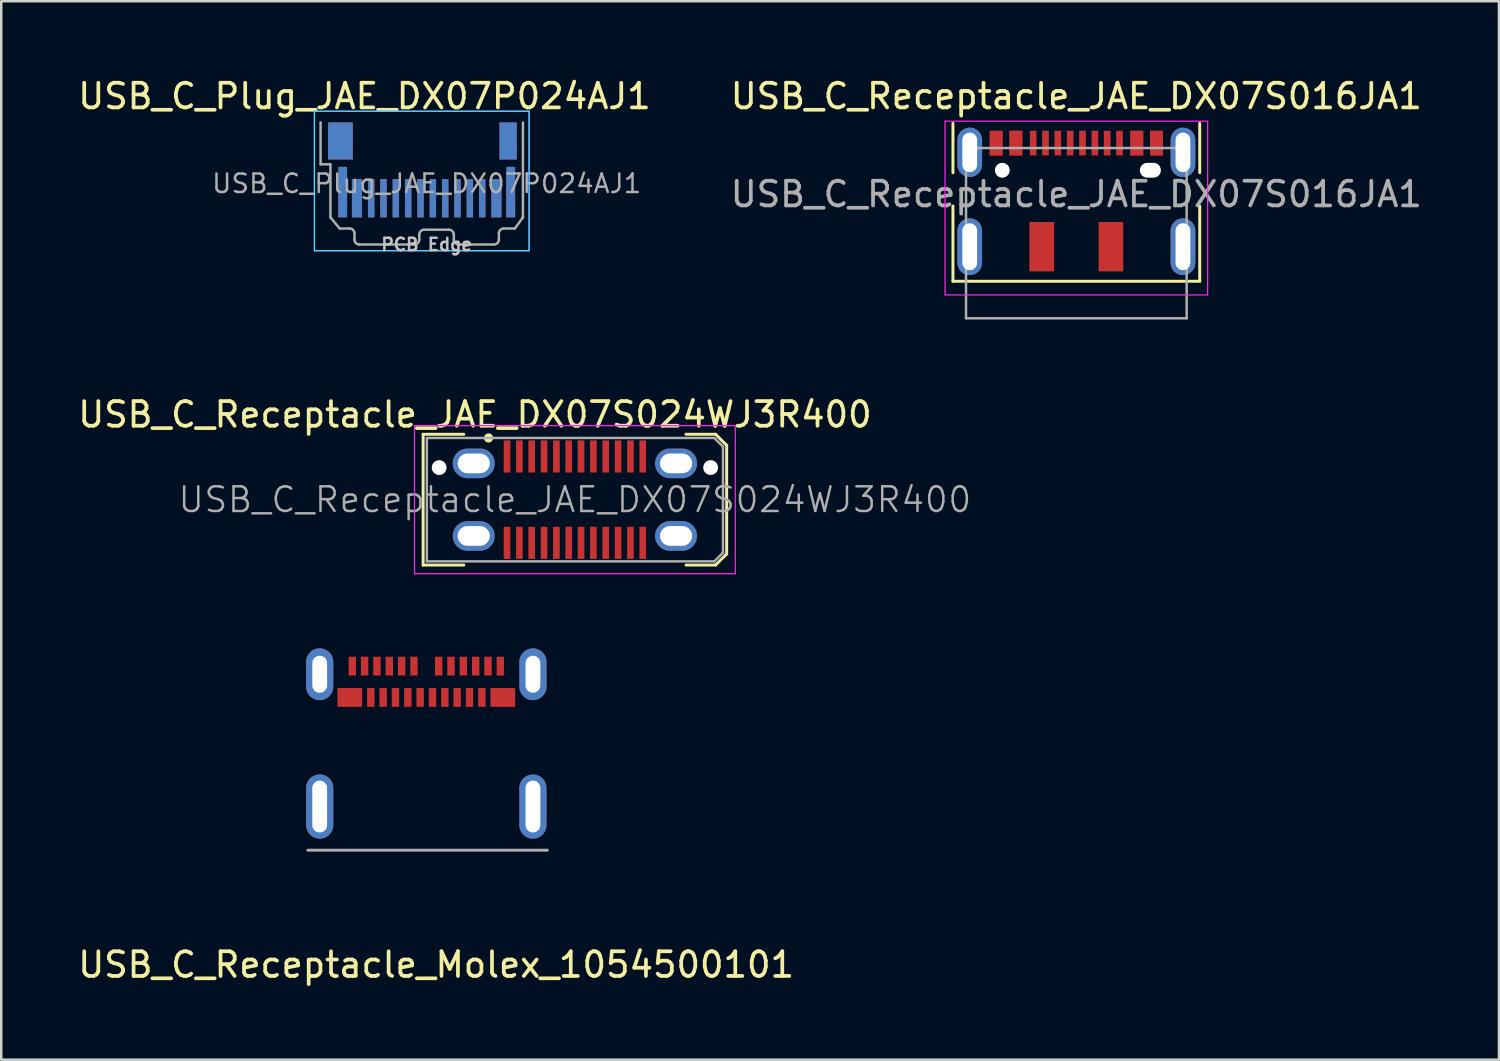
<source format=kicad_pcb>
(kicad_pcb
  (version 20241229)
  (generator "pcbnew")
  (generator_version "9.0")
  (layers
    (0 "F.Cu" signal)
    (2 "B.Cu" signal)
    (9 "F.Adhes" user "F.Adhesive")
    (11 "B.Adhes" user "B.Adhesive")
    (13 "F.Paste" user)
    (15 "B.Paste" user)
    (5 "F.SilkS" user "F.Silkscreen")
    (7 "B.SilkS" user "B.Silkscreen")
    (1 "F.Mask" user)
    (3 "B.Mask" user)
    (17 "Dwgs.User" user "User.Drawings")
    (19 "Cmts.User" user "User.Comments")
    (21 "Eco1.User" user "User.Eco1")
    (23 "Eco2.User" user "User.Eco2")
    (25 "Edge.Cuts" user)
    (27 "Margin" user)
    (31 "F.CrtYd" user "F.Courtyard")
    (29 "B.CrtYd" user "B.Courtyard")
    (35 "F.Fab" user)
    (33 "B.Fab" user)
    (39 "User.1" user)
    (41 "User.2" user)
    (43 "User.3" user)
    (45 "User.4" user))
  (footprint "USB_C_Plug_JAE_DX07P024AJ1"
    (layer "F.Cu")
    (at 14.24 4.388)
    (property "Reference" "USB_C_Plug_JAE_DX07P024AJ1" (at -2.52 -3.54 0) (layer "F.SilkS") (effects (font (size 1 1) (thickness 0.15))))
    (attr smd)
    (fp_line (start -4.55 -2.93) (end 4.15 -2.93) (stroke (width 0.05) (type solid)) (layer "B.CrtYd"))
    (fp_line (start -4.55 2.72) (end -4.55 -2.93) (stroke (width 0.05) (type solid)) (layer "B.CrtYd"))
    (fp_line (start 4.15 -2.93) (end 4.15 2.72) (stroke (width 0.05) (type solid)) (layer "B.CrtYd"))
    (fp_line (start 4.15 2.72) (end -4.55 2.72) (stroke (width 0.05) (type solid)) (layer "B.CrtYd"))
    (fp_line (start -4.55 -2.93) (end 4.15 -2.93) (stroke (width 0.05) (type solid)) (layer "F.CrtYd"))
    (fp_line (start -4.55 2.72) (end -4.55 -2.93) (stroke (width 0.05) (type solid)) (layer "F.CrtYd"))
    (fp_line (start 4.15 -2.93) (end 4.15 2.72) (stroke (width 0.05) (type solid)) (layer "F.CrtYd"))
    (fp_line (start 4.15 2.72) (end -4.55 2.72) (stroke (width 0.05) (type solid)) (layer "F.CrtYd"))
    (fp_line (start -4.3 -2.48) (end -4.3 -0.78) (stroke (width 0.1) (type solid)) (layer "F.Fab"))
    (fp_line (start -3.9 -0.78) (end -4.3 -0.78) (stroke (width 0.1) (type solid)) (layer "F.Fab"))
    (fp_line (start -3.9 1.37) (end -3.9 -0.78) (stroke (width 0.1) (type solid)) (layer "F.Fab"))
    (fp_line (start -3.53 1.82) (end -3.9 1.37) (stroke (width 0.1) (type solid)) (layer "F.Fab"))
    (fp_line (start -3.15 1.82) (end -3.525 1.82) (stroke (width 0.1) (type solid)) (layer "F.Fab"))
    (fp_line (start -2.925 2.27) (end -2.925 2.02) (stroke (width 0.1) (type solid)) (layer "F.Fab"))
    (fp_line (start -0.5 2.47) (end -2.725 2.47) (stroke (width 0.1) (type solid)) (layer "F.Fab"))
    (fp_line (start -0.3 2.07) (end -0.3 2.27) (stroke (width 0.1) (type solid)) (layer "F.Fab"))
    (fp_line (start -0.1 1.87) (end 0.9 1.87) (stroke (width 0.1) (type solid)) (layer "F.Fab"))
    (fp_line (start 1.1 2.27) (end 1.1 2.07) (stroke (width 0.1) (type solid)) (layer "F.Fab"))
    (fp_line (start 1.3 2.47) (end 2.725 2.47) (stroke (width 0.1) (type solid)) (layer "F.Fab"))
    (fp_line (start 2.925 2.27) (end 2.925 2.02) (stroke (width 0.1) (type solid)) (layer "F.Fab"))
    (fp_line (start 3.125 1.82) (end 3.575 1.82) (stroke (width 0.1) (type solid)) (layer "F.Fab"))
    (fp_line (start 3.575 1.82) (end 3.9 1.37) (stroke (width 0.1) (type solid)) (layer "F.Fab"))
    (fp_line (start 3.9 1.37) (end 3.9 -2.47) (stroke (width 0.1) (type solid)) (layer "F.Fab"))
    (fp_line (start 3.9 1.37) (end 3.9 1.345) (stroke (width 0.1) (type solid)) (layer "F.Fab"))
    (fp_arc (start -3.125 1.82) (mid -2.983579 1.878579) (end -2.925 2.02) (stroke (width 0.1) (type solid)) (layer "F.Fab"))
    (fp_arc (start -2.725 2.47) (mid -2.866421 2.411421) (end -2.925 2.27) (stroke (width 0.1) (type solid)) (layer "F.Fab"))
    (fp_arc (start -0.3 2.07) (mid -0.241421 1.928579) (end -0.1 1.87) (stroke (width 0.1) (type solid)) (layer "F.Fab"))
    (fp_arc (start -0.3 2.27) (mid -0.358579 2.411421) (end -0.5 2.47) (stroke (width 0.1) (type solid)) (layer "F.Fab"))
    (fp_arc (start 0.9 1.87) (mid 1.041421 1.928579) (end 1.1 2.07) (stroke (width 0.1) (type solid)) (layer "F.Fab"))
    (fp_arc (start 1.3 2.47) (mid 1.158579 2.411421) (end 1.1 2.27) (stroke (width 0.1) (type solid)) (layer "F.Fab"))
    (fp_arc (start 2.925 2.02) (mid 2.983579 1.878579) (end 3.125 1.82) (stroke (width 0.1) (type solid)) (layer "F.Fab"))
    (fp_arc (start 2.925 2.27) (mid 2.866421 2.411421) (end 2.725 2.47) (stroke (width 0.1) (type solid)) (layer "F.Fab"))
    (fp_text user "PCB Edge" (at 0 2.47 0) (layer "Dwgs.User") (effects (font (size 0.5 0.5) (thickness 0.1))))
    (fp_text user "${REFERENCE}" (at 0 0 0) (layer "F.Fab") (effects (font (size 0.75 0.75) (thickness 0.1))))
    (pad "" smd rect (at -3.405 0.495) (size 0.36 1.75) (layers "F.Cu" "F.Mask" "F.Paste"))
    (pad "" smd rect (at 3.405 0.495) (size 0.36 1.75) (layers "F.Cu" "F.Mask" "F.Paste"))
    (pad "A1" smd rect (at 2.825 0.595) (size 0.41 1.55) (layers "F.Cu" "F.Mask" "F.Paste"))
    (pad "A2" smd rect (at 2.25 0.595) (size 0.26 1.55) (layers "F.Cu" "F.Mask" "F.Paste"))
    (pad "A3" smd rect (at 1.75 0.595) (size 0.26 1.55) (layers "F.Cu" "F.Mask" "F.Paste"))
    (pad "A4" smd rect (at 1.25 0.595) (size 0.26 1.55) (layers "F.Cu" "F.Mask" "F.Paste"))
    (pad "A5" smd rect (at 0.75 0.595) (size 0.26 1.55) (layers "F.Cu" "F.Mask" "F.Paste"))
    (pad "A6" smd rect (at 0.25 0.595 180) (size 0.26 1.55) (layers "F.Cu" "F.Mask" "F.Paste"))
    (pad "A7" smd rect (at -0.25 0.595) (size 0.26 1.55) (layers "F.Cu" "F.Mask" "F.Paste"))
    (pad "A8" smd rect (at -0.75 0.595) (size 0.26 1.55) (layers "F.Cu" "F.Mask" "F.Paste"))
    (pad "A9" smd rect (at -1.25 0.595) (size 0.26 1.55) (layers "F.Cu" "F.Mask" "F.Paste"))
    (pad "A10" smd rect (at -1.75 0.595) (size 0.26 1.55) (layers "F.Cu" "F.Mask" "F.Paste"))
    (pad "A11" smd rect (at -2.25 0.595) (size 0.26 1.55) (layers "F.Cu" "F.Mask" "F.Paste"))
    (pad "A12" smd rect (at -2.825 0.595) (size 0.41 1.55) (layers "F.Cu" "F.Mask" "F.Paste"))
    (pad "B1" smd rect (at -2.825 0.595) (size 0.41 1.55) (layers "B.Cu" "B.Mask" "B.Paste"))
    (pad "B2" smd rect (at -2.25 0.595) (size 0.26 1.55) (layers "B.Cu" "B.Mask" "B.Paste"))
    (pad "B3" smd rect (at -1.75 0.595) (size 0.26 1.55) (layers "B.Cu" "B.Mask" "B.Paste"))
    (pad "B4" smd rect (at -1.25 0.595) (size 0.26 1.55) (layers "B.Cu" "B.Mask" "B.Paste"))
    (pad "B5" smd rect (at -0.75 0.595) (size 0.26 1.55) (layers "B.Cu" "B.Mask" "B.Paste"))
    (pad "B6" smd rect (at -0.25 0.595 180) (size 0.26 1.55) (layers "B.Cu" "B.Mask" "B.Paste"))
    (pad "B7" smd rect (at 0.25 0.595) (size 0.26 1.55) (layers "B.Cu" "B.Mask" "B.Paste"))
    (pad "B8" smd rect (at 0.75 0.595) (size 0.26 1.55) (layers "B.Cu" "B.Mask" "B.Paste"))
    (pad "B9" smd rect (at 1.25 0.595) (size 0.26 1.55) (layers "B.Cu" "B.Mask" "B.Paste"))
    (pad "B10" smd rect (at 1.75 0.595) (size 0.26 1.55) (layers "B.Cu" "B.Mask" "B.Paste"))
    (pad "B11" smd rect (at 2.25 0.595) (size 0.26 1.55) (layers "B.Cu" "B.Mask" "B.Paste"))
    (pad "B12" smd rect (at 2.825 0.595) (size 0.41 1.55) (layers "B.Cu" "B.Mask" "B.Paste"))
    (pad "S1" smd rect (at -3.495 -1.725) (size 1 1.5) (layers "F.Cu" "F.Mask" "F.Paste"))
    (pad "S1" smd rect (at -3.495 -1.725) (size 1 1.5) (layers "B.Cu" "B.Mask" "B.Paste"))
    (pad "S1" smd rect (at -3.405 0.345) (size 0.36 2.05) (layers "B.Cu" "B.Mask" "B.Paste"))
    (pad "S1" smd rect (at 3.3 -1.725) (size 0.7 1.5) (layers "F.Cu" "F.Mask" "F.Paste"))
    (pad "S1" smd rect (at 3.3 -1.725) (size 0.7 1.5) (layers "B.Cu" "B.Mask" "B.Paste"))
    (pad "S1" smd rect (at 3.405 0.345) (size 0.36 2.05) (layers "B.Cu" "B.Mask" "B.Paste")))
  (footprint "USB_C_Receptacle_JAE_DX07S016JA1"
    (layer "F.Cu")
    (at 40.565 5.111)
    (property "Reference" "USB_C_Receptacle_JAE_DX07S016JA1" (at 0 -4.263 0) (layer "F.SilkS") (effects (font (size 1 1) (thickness 0.15))))
    (attr smd)
    (fp_line (start -5 -3.163) (end -5 -1.163) (stroke (width 0.12) (type solid)) (layer "F.SilkS"))
    (fp_line (start -5 0.188) (end -5 3.237) (stroke (width 0.12) (type solid)) (layer "F.SilkS"))
    (fp_line (start -5 3.237) (end 5 3.237) (stroke (width 0.12) (type solid)) (layer "F.SilkS"))
    (fp_line (start 5 -3.163) (end 5 -1.163) (stroke (width 0.12) (type solid)) (layer "F.SilkS"))
    (fp_line (start 5 0.188) (end 5 3.237) (stroke (width 0.12) (type solid)) (layer "F.SilkS"))
    (fp_line (start -5.32 -3.25) (end -5.32 3.79) (stroke (width 0.05) (type solid)) (layer "F.CrtYd"))
    (fp_line (start -5.32 -3.25) (end 5.32 -3.25) (stroke (width 0.05) (type solid)) (layer "F.CrtYd"))
    (fp_line (start -5.32 3.79) (end 5.32 3.79) (stroke (width 0.05) (type solid)) (layer "F.CrtYd"))
    (fp_line (start 5.32 -3.25) (end 5.32 3.79) (stroke (width 0.05) (type solid)) (layer "F.CrtYd"))
    (fp_line (start -4.47 -2.163) (end -4.47 4.737) (stroke (width 0.1) (type solid)) (layer "F.Fab"))
    (fp_line (start -4.47 -2.163) (end 4.47 -2.163) (stroke (width 0.1) (type solid)) (layer "F.Fab"))
    (fp_line (start -4.47 4.737) (end 4.47 4.737) (stroke (width 0.1) (type solid)) (layer "F.Fab"))
    (fp_line (start 4.47 -2.163) (end 4.47 4.737) (stroke (width 0.1) (type solid)) (layer "F.Fab"))
    (fp_text user "${REFERENCE}" (at 0 -0.292 0) (layer "F.Fab") (effects (font (size 1 1) (thickness 0.15))))
    (pad "" np_thru_hole circle (at -3 -1.262) (size 0.6 0.6) (drill 0.6) (layers "*.Cu" "*.Mask"))
    (pad "" np_thru_hole oval (at 3 -1.262) (size 0.85 0.6) (drill oval 0.85 0.6) (layers "*.Cu" "*.Mask"))
    (pad "A1" smd rect (at -3.25 -2.362) (size 0.52 1) (layers "F.Cu" "F.Mask" "F.Paste"))
    (pad "A4" smd rect (at -2.45 -2.362) (size 0.52 1) (layers "F.Cu" "F.Mask" "F.Paste"))
    (pad "A5" smd rect (at -1.75 -2.362) (size 0.27 1) (layers "F.Cu" "F.Mask" "F.Paste"))
    (pad "A6" smd rect (at -0.25 -2.362) (size 0.27 1) (layers "F.Cu" "F.Mask" "F.Paste"))
    (pad "A7" smd rect (at 0.75 -2.362) (size 0.27 1) (layers "F.Cu" "F.Mask" "F.Paste"))
    (pad "A8" smd rect (at 1.75 -2.362) (size 0.27 1) (layers "F.Cu" "F.Mask" "F.Paste"))
    (pad "A9" smd rect (at 2.45 -2.362) (size 0.52 1) (layers "F.Cu" "F.Mask" "F.Paste"))
    (pad "A12" smd rect (at 3.25 -2.362) (size 0.52 1) (layers "F.Cu" "F.Mask" "F.Paste"))
    (pad "B1" smd rect (at 3.25 -2.362) (size 0.52 1) (layers "F.Cu" "F.Mask" "F.Paste"))
    (pad "B4" smd rect (at 2.45 -2.362) (size 0.52 1) (layers "F.Cu" "F.Mask" "F.Paste"))
    (pad "B5" smd rect (at 1.25 -2.362) (size 0.27 1) (layers "F.Cu" "F.Mask" "F.Paste"))
    (pad "B6" smd rect (at 0.25 -2.362) (size 0.27 1) (layers "F.Cu" "F.Mask" "F.Paste"))
    (pad "B7" smd rect (at -0.75 -2.362) (size 0.27 1) (layers "F.Cu" "F.Mask" "F.Paste"))
    (pad "B8" smd rect (at -1.25 -2.362) (size 0.27 1) (layers "F.Cu" "F.Mask" "F.Paste"))
    (pad "B9" smd rect (at -2.45 -2.362) (size 0.52 1) (layers "F.Cu" "F.Mask" "F.Paste"))
    (pad "B12" smd rect (at -3.25 -2.362) (size 0.52 1) (layers "F.Cu" "F.Mask" "F.Paste"))
    (pad "S1" thru_hole oval (at -4.32 -1.988) (size 1 2) (drill oval 0.6 1.6) (layers "*.Cu" "*.Mask"))
    (pad "S1" thru_hole oval (at -4.32 1.837) (size 1 2.3) (drill oval 0.6 1.9) (layers "*.Cu" "*.Mask"))
    (pad "S1" smd rect (at -1.4 1.837) (size 1 2) (layers "F.Cu" "F.Mask" "F.Paste"))
    (pad "S1" smd rect (at 1.4 1.837) (size 1 2) (layers "F.Cu" "F.Mask" "F.Paste"))
    (pad "S1" thru_hole oval (at 4.32 -1.988) (size 1 2) (drill oval 0.6 1.6) (layers "*.Cu" "*.Mask"))
    (pad "S1" thru_hole oval (at 4.32 1.837) (size 1 2.3) (drill oval 0.6 1.9) (layers "*.Cu" "*.Mask")))
  (footprint "USB_C_Receptacle_JAE_DX07S024WJ3R400"
    (layer "F.Cu")
    (at 20.246 17.197)
    (property "Reference" "USB_C_Receptacle_JAE_DX07S024WJ3R400" (at -4.05 -3.45 0) (layer "F.SilkS") (effects (font (size 1 1) (thickness 0.15))))
    (attr smd)
    (fp_line (start -6.15 -2.65) (end -6.15 2.65) (stroke (width 0.12) (type solid)) (layer "F.SilkS"))
    (fp_line (start -6.15 -2.65) (end -4.5 -2.65) (stroke (width 0.12) (type solid)) (layer "F.SilkS"))
    (fp_line (start -6.15 2.65) (end -4.5 2.65) (stroke (width 0.12) (type solid)) (layer "F.SilkS"))
    (fp_line (start 4.5 -2.65) (end 5.7 -2.65) (stroke (width 0.12) (type solid)) (layer "F.SilkS"))
    (fp_line (start 4.5 2.65) (end 5.7 2.65) (stroke (width 0.12) (type solid)) (layer "F.SilkS"))
    (fp_line (start 5.7 -2.65) (end 6.15 -2.2) (stroke (width 0.12) (type solid)) (layer "F.SilkS"))
    (fp_line (start 5.7 2.65) (end 6.15 2.2) (stroke (width 0.12) (type solid)) (layer "F.SilkS"))
    (fp_line (start 6.15 -2.2) (end 6.15 2.2) (stroke (width 0.12) (type solid)) (layer "F.SilkS"))
    (fp_circle (center -3.5 -2.5) (end -3.388 -2.5) (stroke (width 0.15) (type solid)) (fill no) (layer "F.SilkS"))
    (fp_line (start -6.5 -3) (end 6.5 -3) (stroke (width 0.05) (type solid)) (layer "F.CrtYd"))
    (fp_line (start -6.5 3) (end -6.5 -3) (stroke (width 0.05) (type solid)) (layer "F.CrtYd"))
    (fp_line (start 6.5 -3) (end 6.5 3) (stroke (width 0.05) (type solid)) (layer "F.CrtYd"))
    (fp_line (start 6.5 3) (end -6.5 3) (stroke (width 0.05) (type solid)) (layer "F.CrtYd"))
    (fp_line (start -6 -2.5) (end 5.65 -2.5) (stroke (width 0.1) (type solid)) (layer "F.Fab"))
    (fp_line (start -6 2.5) (end -6 -2.5) (stroke (width 0.1) (type solid)) (layer "F.Fab"))
    (fp_line (start -6 2.5) (end 5.65 2.5) (stroke (width 0.1) (type solid)) (layer "F.Fab"))
    (fp_line (start 5.65 -2.5) (end 6 -2.15) (stroke (width 0.1) (type solid)) (layer "F.Fab"))
    (fp_line (start 5.65 2.5) (end 6 2.15) (stroke (width 0.1) (type solid)) (layer "F.Fab"))
    (fp_line (start 6 2.15) (end 6 -2.15) (stroke (width 0.1) (type solid)) (layer "F.Fab"))
    (fp_text user "${REFERENCE}" (at 0 0 0) (layer "F.Fab") (effects (font (size 1 1) (thickness 0.1))))
    (pad "" np_thru_hole circle (at -5.5 -1.3) (size 0.6 0.6) (drill 0.6) (layers "*.Cu" "*.Mask"))
    (pad "" np_thru_hole circle (at 5.5 -1.3) (size 0.6 0.6) (drill 0.6) (layers "*.Cu" "*.Mask"))
    (pad "A1" smd rect (at -2.75 -1.75) (size 0.27 1.3) (layers "F.Cu" "F.Mask" "F.Paste"))
    (pad "A2" smd rect (at -2.25 -1.75) (size 0.27 1.3) (layers "F.Cu" "F.Mask" "F.Paste"))
    (pad "A3" smd rect (at -1.75 -1.75) (size 0.27 1.3) (layers "F.Cu" "F.Mask" "F.Paste"))
    (pad "A4" smd rect (at -1.25 -1.75) (size 0.27 1.3) (layers "F.Cu" "F.Mask" "F.Paste"))
    (pad "A5" smd rect (at -0.75 -1.75) (size 0.27 1.3) (layers "F.Cu" "F.Mask" "F.Paste"))
    (pad "A6" smd rect (at -0.25 -1.75) (size 0.27 1.3) (layers "F.Cu" "F.Mask" "F.Paste"))
    (pad "A7" smd rect (at 0.25 -1.75) (size 0.27 1.3) (layers "F.Cu" "F.Mask" "F.Paste"))
    (pad "A8" smd rect (at 0.75 -1.75) (size 0.27 1.3) (layers "F.Cu" "F.Mask" "F.Paste"))
    (pad "A9" smd rect (at 1.25 -1.75) (size 0.27 1.3) (layers "F.Cu" "F.Mask" "F.Paste"))
    (pad "A10" smd rect (at 1.75 -1.75) (size 0.27 1.3) (layers "F.Cu" "F.Mask" "F.Paste"))
    (pad "A11" smd rect (at 2.25 -1.75) (size 0.27 1.3) (layers "F.Cu" "F.Mask" "F.Paste"))
    (pad "A12" smd rect (at 2.75 -1.75) (size 0.27 1.3) (layers "F.Cu" "F.Mask" "F.Paste"))
    (pad "B1" smd rect (at 2.75 1.75) (size 0.27 1.3) (layers "F.Cu" "F.Mask" "F.Paste"))
    (pad "B2" smd rect (at 2.25 1.75) (size 0.27 1.3) (layers "F.Cu" "F.Mask" "F.Paste"))
    (pad "B3" smd rect (at 1.75 1.75) (size 0.27 1.3) (layers "F.Cu" "F.Mask" "F.Paste"))
    (pad "B4" smd rect (at 1.25 1.75) (size 0.27 1.3) (layers "F.Cu" "F.Mask" "F.Paste"))
    (pad "B5" smd rect (at 0.75 1.75) (size 0.27 1.3) (layers "F.Cu" "F.Mask" "F.Paste"))
    (pad "B6" smd rect (at 0.25 1.75) (size 0.27 1.3) (layers "F.Cu" "F.Mask" "F.Paste"))
    (pad "B7" smd rect (at -0.25 1.75) (size 0.27 1.3) (layers "F.Cu" "F.Mask" "F.Paste"))
    (pad "B8" smd rect (at -0.75 1.75) (size 0.27 1.3) (layers "F.Cu" "F.Mask" "F.Paste"))
    (pad "B9" smd rect (at -1.25 1.75) (size 0.27 1.3) (layers "F.Cu" "F.Mask" "F.Paste"))
    (pad "B10" smd rect (at -1.75 1.75) (size 0.27 1.3) (layers "F.Cu" "F.Mask" "F.Paste"))
    (pad "B11" smd rect (at -2.25 1.75) (size 0.27 1.3) (layers "F.Cu" "F.Mask" "F.Paste"))
    (pad "B12" smd rect (at -2.75 1.75) (size 0.27 1.3) (layers "F.Cu" "F.Mask" "F.Paste"))
    (pad "S1" thru_hole oval (at -4.1 -1.47 90) (size 1.2 1.7) (drill oval 0.8 1.3) (layers "*.Cu" "*.Mask"))
    (pad "S1" thru_hole oval (at -4.1 1.47 90) (size 1.2 1.7) (drill oval 0.8 1.3) (layers "*.Cu" "*.Mask"))
    (pad "S1" thru_hole oval (at 4.1 -1.47 90) (size 1.2 1.7) (drill oval 0.8 1.3) (layers "*.Cu" "*.Mask"))
    (pad "S1" thru_hole oval (at 4.1 1.47 90) (size 1.2 1.7) (drill oval 0.8 1.3) (layers "*.Cu" "*.Mask")))
  (footprint "USB_C_Receptacle_Molex_1054500101"
    (layer "F.Cu")
    (at 11.225 23.942)
    (property "Reference" "USB_C_Receptacle_Molex_1054500101" (at 3.4 12.1 0) (layer "F.SilkS") (effects (font (size 1 1) (thickness 0.15))))
    (attr smd)
    (fp_line (start -1.8 7.46) (end 7.9 7.46) (stroke (width 0.12) (type solid)) (layer "F.Fab"))
    (pad "10" smd rect (at 5 0) (size 0.3 0.76) (layers "F.Cu" "F.Mask" "F.Paste"))
    (pad "12" smd rect (at 6 0) (size 0.3 0.76) (layers "F.Cu" "F.Mask" "F.Paste"))
    (pad "A1" smd rect (at 0 0) (size 0.3 0.76) (layers "F.Cu" "F.Mask" "F.Paste"))
    (pad "A2" smd rect (at 0.5 0) (size 0.3 0.76) (layers "F.Cu" "F.Mask" "F.Paste"))
    (pad "A3" smd rect (at 1 0) (size 0.3 0.76) (layers "F.Cu" "F.Mask" "F.Paste"))
    (pad "A4" smd rect (at 1.5 0) (size 0.3 0.76) (layers "F.Cu" "F.Mask" "F.Paste"))
    (pad "A5" smd rect (at 2 0) (size 0.3 0.76) (layers "F.Cu" "F.Mask" "F.Paste"))
    (pad "A6" smd rect (at 2.5 0) (size 0.3 0.76) (layers "F.Cu" "F.Mask" "F.Paste"))
    (pad "A7" smd rect (at 3.5 0) (size 0.3 0.76) (layers "F.Cu" "F.Mask" "F.Paste"))
    (pad "A8" smd rect (at 4 0) (size 0.3 0.76) (layers "F.Cu" "F.Mask" "F.Paste"))
    (pad "A9" smd rect (at 4.5 0) (size 0.3 0.76) (layers "F.Cu" "F.Mask" "F.Paste"))
    (pad "A11" smd rect (at 5.5 0) (size 0.3 0.76) (layers "F.Cu" "F.Mask" "F.Paste"))
    (pad "B1" smd rect (at 6.1 1.27) (size 1 0.76) (layers "F.Cu" "F.Mask" "F.Paste"))
    (pad "B2" smd rect (at 5.25 1.27) (size 0.3 0.76) (layers "F.Cu" "F.Mask" "F.Paste"))
    (pad "B3" smd rect (at 4.75 1.27) (size 0.3 0.76) (layers "F.Cu" "F.Mask" "F.Paste"))
    (pad "B4" smd rect (at 4.25 1.27) (size 0.3 0.76) (layers "F.Cu" "F.Mask" "F.Paste"))
    (pad "B5" smd rect (at 3.75 1.27) (size 0.3 0.76) (layers "F.Cu" "F.Mask" "F.Paste"))
    (pad "B6" smd rect (at 3.25 1.27) (size 0.3 0.76) (layers "F.Cu" "F.Mask" "F.Paste"))
    (pad "B7" smd rect (at 2.75 1.27) (size 0.3 0.76) (layers "F.Cu" "F.Mask" "F.Paste"))
    (pad "B8" smd rect (at 2.25 1.27) (size 0.3 0.76) (layers "F.Cu" "F.Mask" "F.Paste"))
    (pad "B9" smd rect (at 1.75 1.27) (size 0.3 0.76) (layers "F.Cu" "F.Mask" "F.Paste"))
    (pad "B10" smd rect (at 1.25 1.27) (size 0.3 0.76) (layers "F.Cu" "F.Mask" "F.Paste"))
    (pad "B11" smd rect (at 0.75 1.27) (size 0.3 0.76) (layers "F.Cu" "F.Mask" "F.Paste"))
    (pad "B12" smd rect (at -0.1 1.27) (size 1 0.76) (layers "F.Cu" "F.Mask" "F.Paste"))
    (pad "S1" thru_hole oval (at -1.32 0.33) (size 1.1 2.1) (drill oval 0.6 1.5) (layers "*.Cu" "*.Mask"))
    (pad "S1" thru_hole oval (at -1.32 5.69) (size 1.1 2.6) (drill oval 0.6 2.1) (layers "*.Cu" "*.Mask"))
    (pad "S1" thru_hole oval (at 7.32 0.33) (size 1.1 2.1) (drill oval 0.6 1.5) (layers "*.Cu" "*.Mask"))
    (pad "S1" thru_hole oval (at 7.32 5.69) (size 1.1 2.6) (drill oval 0.6 2.1) (layers "*.Cu" "*.Mask")))
  (gr_rect
    (start -3 -3)
    (end 57.69 39.89)
    (stroke (width 0.1) (type default))
    (fill no)
    (layer "Edge.Cuts")))
</source>
